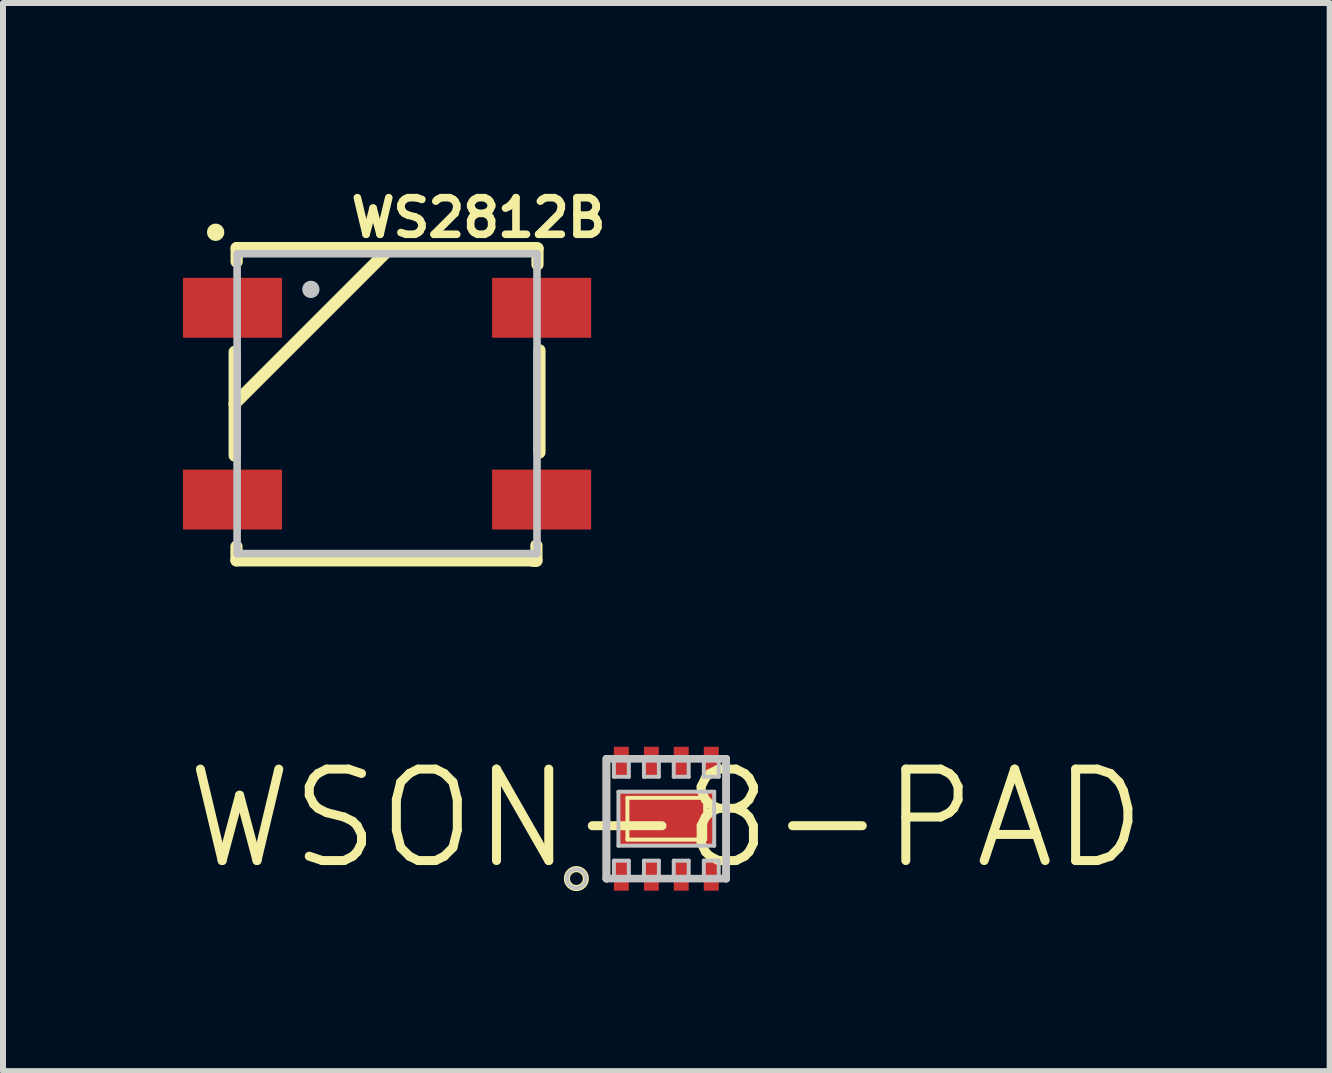
<source format=kicad_pcb>
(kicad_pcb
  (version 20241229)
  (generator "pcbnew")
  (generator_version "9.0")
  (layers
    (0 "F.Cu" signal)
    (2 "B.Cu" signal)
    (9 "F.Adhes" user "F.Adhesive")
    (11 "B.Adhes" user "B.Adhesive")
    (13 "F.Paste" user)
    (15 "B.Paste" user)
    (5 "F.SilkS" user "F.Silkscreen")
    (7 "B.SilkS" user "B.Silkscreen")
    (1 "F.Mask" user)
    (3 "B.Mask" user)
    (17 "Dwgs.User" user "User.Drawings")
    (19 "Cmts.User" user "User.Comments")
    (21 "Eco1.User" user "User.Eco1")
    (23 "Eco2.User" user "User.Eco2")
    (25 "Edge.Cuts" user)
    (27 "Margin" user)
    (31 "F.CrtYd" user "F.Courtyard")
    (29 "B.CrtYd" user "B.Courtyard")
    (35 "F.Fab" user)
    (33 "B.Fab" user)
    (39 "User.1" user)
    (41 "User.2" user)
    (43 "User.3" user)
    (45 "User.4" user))
  (footprint "WSON-8-PAD"
    (layer "F.Cu")
    (at 8.055 10.595)
    (property "Reference" "WSON-8-PAD" (at 0 0 0) (layer "F.SilkS") (effects (font (size 1.524 1.524) (thickness 0.15))))
    (attr smd)
    (fp_line (start -0.998 -0.998) (end -0.998 0.998) (stroke (width 0.127) (type solid)) (layer "F.SilkS"))
    (fp_line (start -0.648 -0.348) (end 0.648 -0.348) (stroke (width 0.066) (type solid)) (layer "F.SilkS"))
    (fp_line (start -0.648 0.348) (end -0.648 -0.348) (stroke (width 0.066) (type solid)) (layer "F.SilkS"))
    (fp_line (start -0.648 0.348) (end 0.648 0.348) (stroke (width 0.066) (type solid)) (layer "F.SilkS"))
    (fp_line (start 0.648 0.348) (end 0.648 -0.348) (stroke (width 0.066) (type solid)) (layer "F.SilkS"))
    (fp_line (start 0.998 -0.998) (end 0.998 0.998) (stroke (width 0.127) (type solid)) (layer "F.SilkS"))
    (fp_circle (center -1.499 0.998) (end -1.61 1.11) (stroke (width 0.102) (type solid)) (fill no) (layer "F.SilkS"))
    (fp_circle (center -0.998 0.998) (end -1.021 1.021) (stroke (width 0.064) (type solid)) (fill no) (layer "F.SilkS"))
    (fp_line (start -0.998 -0.998) (end 0.998 -0.998) (stroke (width 0.127) (type solid)) (layer "Dwgs.User"))
    (fp_line (start -0.998 0.998) (end -0.998 -0.998) (stroke (width 0.127) (type solid)) (layer "Dwgs.User"))
    (fp_line (start -0.874 -0.998) (end -0.625 -0.998) (stroke (width 0.066) (type solid)) (layer "Dwgs.User"))
    (fp_line (start -0.874 -0.699) (end -0.874 -0.998) (stroke (width 0.066) (type solid)) (layer "Dwgs.User"))
    (fp_line (start -0.874 -0.699) (end -0.625 -0.699) (stroke (width 0.066) (type solid)) (layer "Dwgs.User"))
    (fp_line (start -0.874 0.699) (end -0.625 0.699) (stroke (width 0.066) (type solid)) (layer "Dwgs.User"))
    (fp_line (start -0.874 0.998) (end -0.874 0.699) (stroke (width 0.066) (type solid)) (layer "Dwgs.User"))
    (fp_line (start -0.874 0.998) (end -0.625 0.998) (stroke (width 0.066) (type solid)) (layer "Dwgs.User"))
    (fp_line (start -0.798 -0.45) (end 0.798 -0.45) (stroke (width 0.066) (type solid)) (layer "Dwgs.User"))
    (fp_line (start -0.798 0.45) (end -0.798 -0.45) (stroke (width 0.066) (type solid)) (layer "Dwgs.User"))
    (fp_line (start -0.798 0.45) (end 0.798 0.45) (stroke (width 0.066) (type solid)) (layer "Dwgs.User"))
    (fp_line (start -0.625 -0.699) (end -0.625 -0.998) (stroke (width 0.066) (type solid)) (layer "Dwgs.User"))
    (fp_line (start -0.625 0.998) (end -0.625 0.699) (stroke (width 0.066) (type solid)) (layer "Dwgs.User"))
    (fp_line (start -0.373 -0.998) (end -0.124 -0.998) (stroke (width 0.066) (type solid)) (layer "Dwgs.User"))
    (fp_line (start -0.373 -0.699) (end -0.373 -0.998) (stroke (width 0.066) (type solid)) (layer "Dwgs.User"))
    (fp_line (start -0.373 -0.699) (end -0.124 -0.699) (stroke (width 0.066) (type solid)) (layer "Dwgs.User"))
    (fp_line (start -0.373 0.699) (end -0.124 0.699) (stroke (width 0.066) (type solid)) (layer "Dwgs.User"))
    (fp_line (start -0.373 0.998) (end -0.373 0.699) (stroke (width 0.066) (type solid)) (layer "Dwgs.User"))
    (fp_line (start -0.373 0.998) (end -0.124 0.998) (stroke (width 0.066) (type solid)) (layer "Dwgs.User"))
    (fp_line (start -0.124 -0.699) (end -0.124 -0.998) (stroke (width 0.066) (type solid)) (layer "Dwgs.User"))
    (fp_line (start -0.124 0.998) (end -0.124 0.699) (stroke (width 0.066) (type solid)) (layer "Dwgs.User"))
    (fp_line (start 0.124 -0.998) (end 0.373 -0.998) (stroke (width 0.066) (type solid)) (layer "Dwgs.User"))
    (fp_line (start 0.124 -0.699) (end 0.124 -0.998) (stroke (width 0.066) (type solid)) (layer "Dwgs.User"))
    (fp_line (start 0.124 -0.699) (end 0.373 -0.699) (stroke (width 0.066) (type solid)) (layer "Dwgs.User"))
    (fp_line (start 0.124 0.699) (end 0.373 0.699) (stroke (width 0.066) (type solid)) (layer "Dwgs.User"))
    (fp_line (start 0.124 0.998) (end 0.124 0.699) (stroke (width 0.066) (type solid)) (layer "Dwgs.User"))
    (fp_line (start 0.124 0.998) (end 0.373 0.998) (stroke (width 0.066) (type solid)) (layer "Dwgs.User"))
    (fp_line (start 0.373 -0.699) (end 0.373 -0.998) (stroke (width 0.066) (type solid)) (layer "Dwgs.User"))
    (fp_line (start 0.373 0.998) (end 0.373 0.699) (stroke (width 0.066) (type solid)) (layer "Dwgs.User"))
    (fp_line (start 0.625 -0.998) (end 0.874 -0.998) (stroke (width 0.066) (type solid)) (layer "Dwgs.User"))
    (fp_line (start 0.625 -0.699) (end 0.625 -0.998) (stroke (width 0.066) (type solid)) (layer "Dwgs.User"))
    (fp_line (start 0.625 -0.699) (end 0.874 -0.699) (stroke (width 0.066) (type solid)) (layer "Dwgs.User"))
    (fp_line (start 0.625 0.699) (end 0.874 0.699) (stroke (width 0.066) (type solid)) (layer "Dwgs.User"))
    (fp_line (start 0.625 0.998) (end 0.625 0.699) (stroke (width 0.066) (type solid)) (layer "Dwgs.User"))
    (fp_line (start 0.625 0.998) (end 0.874 0.998) (stroke (width 0.066) (type solid)) (layer "Dwgs.User"))
    (fp_line (start 0.798 0.45) (end 0.798 -0.45) (stroke (width 0.066) (type solid)) (layer "Dwgs.User"))
    (fp_line (start 0.874 -0.699) (end 0.874 -0.998) (stroke (width 0.066) (type solid)) (layer "Dwgs.User"))
    (fp_line (start 0.874 0.998) (end 0.874 0.699) (stroke (width 0.066) (type solid)) (layer "Dwgs.User"))
    (fp_line (start 0.998 -0.998) (end 0.998 0.998) (stroke (width 0.127) (type solid)) (layer "Dwgs.User"))
    (fp_line (start 0.998 0.998) (end -0.998 0.998) (stroke (width 0.127) (type solid)) (layer "Dwgs.User"))
    (fp_circle (center -1.499 0.998) (end -1.61 1.11) (stroke (width 0.064) (type solid)) (fill no) (layer "Dwgs.User"))
    (pad "1" smd rect (at -0.749 0.95) (size 0.249 0.498) (layers "F.Cu" "F.Mask" "F.Paste"))
    (pad "2" smd rect (at -0.249 0.95) (size 0.249 0.498) (layers "F.Cu" "F.Mask" "F.Paste"))
    (pad "3" smd rect (at 0.249 0.95) (size 0.249 0.498) (layers "F.Cu" "F.Mask" "F.Paste"))
    (pad "4" smd rect (at 0.749 0.95) (size 0.249 0.498) (layers "F.Cu" "F.Mask" "F.Paste"))
    (pad "5" smd rect (at 0.749 -0.95) (size 0.249 0.498) (layers "F.Cu" "F.Mask" "F.Paste"))
    (pad "6" smd rect (at 0.249 -0.95) (size 0.249 0.498) (layers "F.Cu" "F.Mask" "F.Paste"))
    (pad "7" smd rect (at -0.249 -0.95) (size 0.249 0.498) (layers "F.Cu" "F.Mask" "F.Paste"))
    (pad "8" smd rect (at -0.749 -0.95) (size 0.249 0.498) (layers "F.Cu" "F.Mask" "F.Paste"))
    (pad "PAD" smd rect (at 0 0) (size 1.598 0.899) (layers "F.Cu" "F.Mask" "F.Paste")))
  (footprint "WS2812B"
    (layer "F.Cu")
    (at 3.401 3.678)
    (property "Reference" "WS2812B" (at 1.524 -3.099 0) (layer "F.SilkS") (effects (font (size 0.61 0.61) (thickness 0.127))))
    (attr smd)
    (fp_line (start -2.54 0) (end -2.54 -0.864) (stroke (width 0.203) (type solid)) (layer "F.SilkS"))
    (fp_line (start -2.54 0) (end 0 -2.54) (stroke (width 0.203) (type solid)) (layer "F.SilkS"))
    (fp_line (start -2.54 0.864) (end -2.54 0) (stroke (width 0.203) (type solid)) (layer "F.SilkS"))
    (fp_line (start -2.51 2.611) (end -2.51 2.38) (stroke (width 0.203) (type solid)) (layer "F.SilkS"))
    (fp_line (start -2.507 -2.593) (end -2.507 -2.367) (stroke (width 0.203) (type solid)) (layer "F.SilkS"))
    (fp_line (start 2.438 2.611) (end -2.51 2.611) (stroke (width 0.203) (type solid)) (layer "F.SilkS"))
    (fp_line (start 2.438 2.616) (end 2.438 2.611) (stroke (width 0.203) (type solid)) (layer "F.SilkS"))
    (fp_line (start 2.456 -2.593) (end -2.507 -2.593) (stroke (width 0.203) (type solid)) (layer "F.SilkS"))
    (fp_line (start 2.456 -2.588) (end 2.456 -2.593) (stroke (width 0.203) (type solid)) (layer "F.SilkS"))
    (fp_line (start 2.489 2.362) (end 2.489 2.616) (stroke (width 0.203) (type solid)) (layer "F.SilkS"))
    (fp_line (start 2.489 2.616) (end 2.438 2.616) (stroke (width 0.203) (type solid)) (layer "F.SilkS"))
    (fp_line (start 2.507 -2.588) (end 2.456 -2.588) (stroke (width 0.203) (type solid)) (layer "F.SilkS"))
    (fp_line (start 2.507 -2.319) (end 2.507 -2.588) (stroke (width 0.203) (type solid)) (layer "F.SilkS"))
    (fp_line (start 2.54 -0.889) (end 2.54 0.813) (stroke (width 0.203) (type solid)) (layer "F.SilkS"))
    (fp_circle (center -2.857 -2.857) (end -2.959 -2.959) (stroke (width 0) (type solid)) (fill yes) (layer "F.SilkS"))
    (fp_line (start -2.499 -2.499) (end -2.499 2.499) (stroke (width 0.127) (type solid)) (layer "Dwgs.User"))
    (fp_line (start -2.499 2.499) (end 2.499 2.499) (stroke (width 0.127) (type solid)) (layer "Dwgs.User"))
    (fp_line (start 2.499 -2.499) (end -2.499 -2.499) (stroke (width 0.127) (type solid)) (layer "Dwgs.User"))
    (fp_line (start 2.499 2.499) (end 2.499 -2.499) (stroke (width 0.127) (type solid)) (layer "Dwgs.User"))
    (fp_circle (center -1.27 -1.905) (end -1.372 -2.007) (stroke (width 0) (type solid)) (fill yes) (layer "Dwgs.User"))
    (pad "1" smd rect (at 2.576 1.598 180) (size 1.651 0.998) (layers "F.Cu" "F.Mask" "F.Paste"))
    (pad "2" smd rect (at 2.576 -1.598 180) (size 1.651 0.998) (layers "F.Cu" "F.Mask" "F.Paste"))
    (pad "3" smd rect (at -2.576 -1.598 180) (size 1.651 0.998) (layers "F.Cu" "F.Mask" "F.Paste"))
    (pad "4" smd rect (at -2.576 1.598 180) (size 1.651 0.998) (layers "F.Cu" "F.Mask" "F.Paste")))
  (gr_rect
    (start -3 -3)
    (end 19.111 14.802)
    (stroke (width 0.1) (type default))
    (fill no)
    (layer "Edge.Cuts")))
</source>
